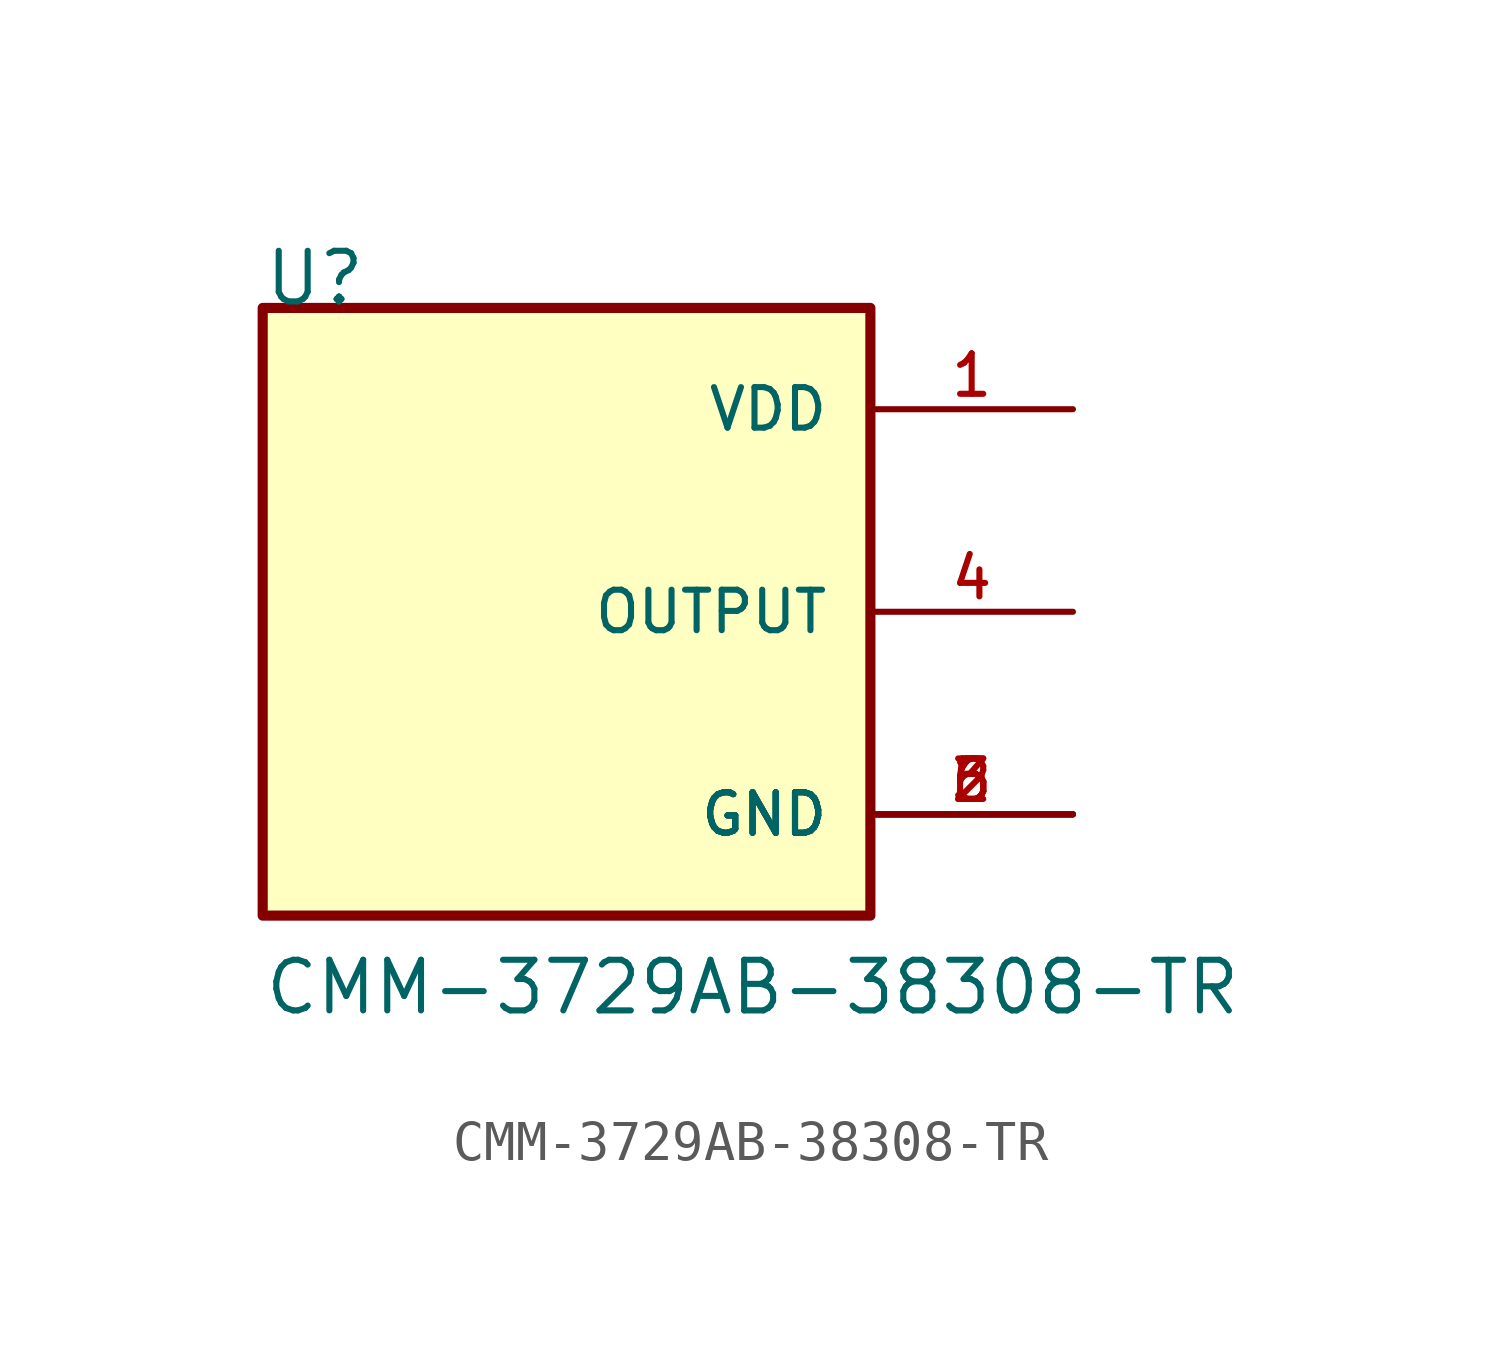
<source format=kicad_sym>
(kicad_symbol_lib
  (version 20211014)
  (generator kicad_symbol_editor)
  (symbol "CMM-3729AB-38308-TR"
    (pin_names
      (offset 1.016))
    (property "Reference" "U"
      (at -7.62 7.62 0)
      (effects (font (size 1.27 1.27)) (justify bottom left)))
    (property "Value" "CMM-3729AB-38308-TR"
      (at -7.62 -10.16 0)
      (effects (font (size 1.27 1.27)) (justify bottom left)))
    (symbol "CMM-3729AB-38308-TR_0_0"
      (rectangle (start -7.62 -7.62) (end 7.62 7.62) (stroke (width 0.254)) (fill (type background)))
      (pin output line (at 12.7 0.0 180.0) (length 5.08) (name "OUTPUT" (effects (font (size 1.016 1.016)))) (number "4" (effects (font (size 1.016 1.016)))))
      (pin power_in line (at 12.7 -5.08 180.0) (length 5.08) (name "GND" (effects (font (size 1.016 1.016)))) (number "2" (effects (font (size 1.016 1.016)))))
      (pin power_in line (at 12.7 -5.08 180.0) (length 5.08) (name "GND" (effects (font (size 1.016 1.016)))) (number "3" (effects (font (size 1.016 1.016)))))
      (pin power_in line (at 12.7 -5.08 180.0) (length 5.08) (name "GND" (effects (font (size 1.016 1.016)))) (number "5" (effects (font (size 1.016 1.016)))))
      (pin power_in line (at 12.7 -5.08 180.0) (length 5.08) (name "GND" (effects (font (size 1.016 1.016)))) (number "6" (effects (font (size 1.016 1.016)))))
      (pin power_in line (at 12.7 5.08 180.0) (length 5.08) (name "VDD" (effects (font (size 1.016 1.016)))) (number "1" (effects (font (size 1.016 1.016))))))))
</source>
